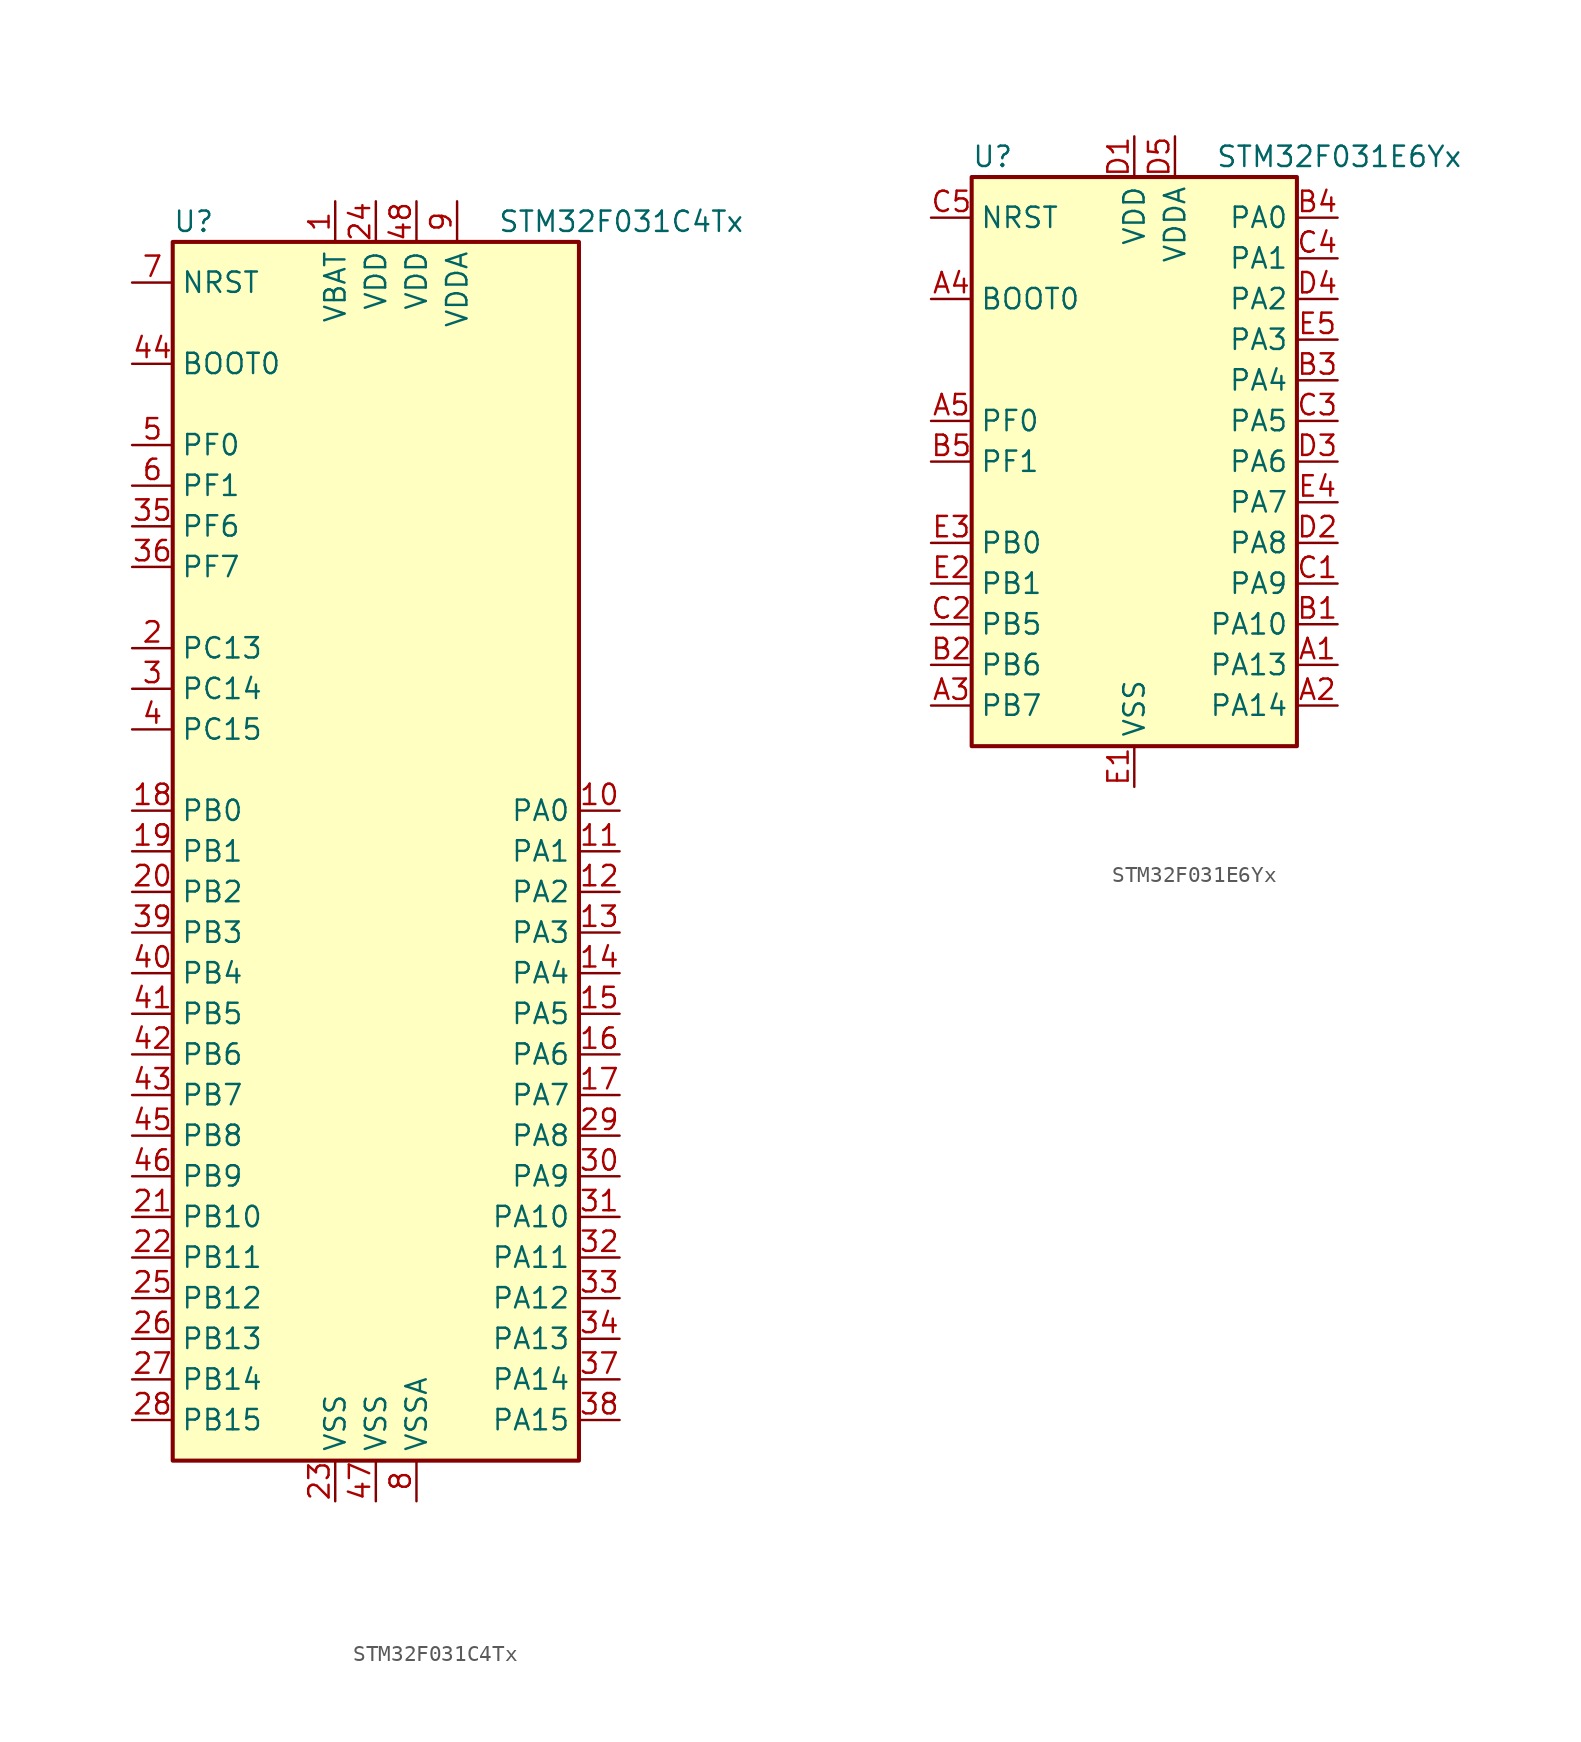
<source format=kicad_sym>
(kicad_symbol_lib
  (version 20201005)
  (generator kicad_symbol_editor)
  (symbol "MCU_ST_STM32F0:STM32F031C4Tx"
    (property "Reference" "U"
      (at -12.7 39.37 0)
      (effects (font (size 1.27 1.27)) (justify left)))
    (property "Value" "STM32F031C4Tx"
      (at 7.62 39.37 0)
      (effects (font (size 1.27 1.27)) (justify left)))
    (symbol "STM32F031C4Tx_0_1"
      (rectangle (start -12.7 -38.1) (end 12.7 38.1) (stroke (width 0.254)) (fill (type background))))
    (symbol "STM32F031C4Tx_1_1"
      (pin power_in line (at -2.54 40.64 270) (length 2.54) (name "VBAT" (effects (font (size 1.27 1.27)))) (number "1" (effects (font (size 1.27 1.27)))))
      (pin bidirectional line (at 15.24 2.54 180) (length 2.54) (name "PA0" (effects (font (size 1.27 1.27)))) (number "10" (effects (font (size 1.27 1.27)))))
      (pin bidirectional line (at 15.24 0 180) (length 2.54) (name "PA1" (effects (font (size 1.27 1.27)))) (number "11" (effects (font (size 1.27 1.27)))))
      (pin bidirectional line (at 15.24 -2.54 180) (length 2.54) (name "PA2" (effects (font (size 1.27 1.27)))) (number "12" (effects (font (size 1.27 1.27)))))
      (pin bidirectional line (at 15.24 -5.08 180) (length 2.54) (name "PA3" (effects (font (size 1.27 1.27)))) (number "13" (effects (font (size 1.27 1.27)))))
      (pin bidirectional line (at 15.24 -7.62 180) (length 2.54) (name "PA4" (effects (font (size 1.27 1.27)))) (number "14" (effects (font (size 1.27 1.27)))))
      (pin bidirectional line (at 15.24 -10.16 180) (length 2.54) (name "PA5" (effects (font (size 1.27 1.27)))) (number "15" (effects (font (size 1.27 1.27)))))
      (pin bidirectional line (at 15.24 -12.7 180) (length 2.54) (name "PA6" (effects (font (size 1.27 1.27)))) (number "16" (effects (font (size 1.27 1.27)))))
      (pin bidirectional line (at 15.24 -15.24 180) (length 2.54) (name "PA7" (effects (font (size 1.27 1.27)))) (number "17" (effects (font (size 1.27 1.27)))))
      (pin bidirectional line (at -15.24 2.54 0) (length 2.54) (name "PB0" (effects (font (size 1.27 1.27)))) (number "18" (effects (font (size 1.27 1.27)))))
      (pin bidirectional line (at -15.24 0 0) (length 2.54) (name "PB1" (effects (font (size 1.27 1.27)))) (number "19" (effects (font (size 1.27 1.27)))))
      (pin bidirectional line (at -15.24 12.7 0) (length 2.54) (name "PC13" (effects (font (size 1.27 1.27)))) (number "2" (effects (font (size 1.27 1.27)))))
      (pin bidirectional line (at -15.24 -2.54 0) (length 2.54) (name "PB2" (effects (font (size 1.27 1.27)))) (number "20" (effects (font (size 1.27 1.27)))))
      (pin bidirectional line (at -15.24 -22.86 0) (length 2.54) (name "PB10" (effects (font (size 1.27 1.27)))) (number "21" (effects (font (size 1.27 1.27)))))
      (pin bidirectional line (at -15.24 -25.4 0) (length 2.54) (name "PB11" (effects (font (size 1.27 1.27)))) (number "22" (effects (font (size 1.27 1.27)))))
      (pin power_in line (at -2.54 -40.64 90) (length 2.54) (name "VSS" (effects (font (size 1.27 1.27)))) (number "23" (effects (font (size 1.27 1.27)))))
      (pin power_in line (at 0 40.64 270) (length 2.54) (name "VDD" (effects (font (size 1.27 1.27)))) (number "24" (effects (font (size 1.27 1.27)))))
      (pin bidirectional line (at -15.24 -27.94 0) (length 2.54) (name "PB12" (effects (font (size 1.27 1.27)))) (number "25" (effects (font (size 1.27 1.27)))))
      (pin bidirectional line (at -15.24 -30.48 0) (length 2.54) (name "PB13" (effects (font (size 1.27 1.27)))) (number "26" (effects (font (size 1.27 1.27)))))
      (pin bidirectional line (at -15.24 -33.02 0) (length 2.54) (name "PB14" (effects (font (size 1.27 1.27)))) (number "27" (effects (font (size 1.27 1.27)))))
      (pin bidirectional line (at -15.24 -35.56 0) (length 2.54) (name "PB15" (effects (font (size 1.27 1.27)))) (number "28" (effects (font (size 1.27 1.27)))))
      (pin bidirectional line (at 15.24 -17.78 180) (length 2.54) (name "PA8" (effects (font (size 1.27 1.27)))) (number "29" (effects (font (size 1.27 1.27)))))
      (pin bidirectional line (at -15.24 10.16 0) (length 2.54) (name "PC14" (effects (font (size 1.27 1.27)))) (number "3" (effects (font (size 1.27 1.27)))))
      (pin bidirectional line (at 15.24 -20.32 180) (length 2.54) (name "PA9" (effects (font (size 1.27 1.27)))) (number "30" (effects (font (size 1.27 1.27)))))
      (pin bidirectional line (at 15.24 -22.86 180) (length 2.54) (name "PA10" (effects (font (size 1.27 1.27)))) (number "31" (effects (font (size 1.27 1.27)))))
      (pin bidirectional line (at 15.24 -25.4 180) (length 2.54) (name "PA11" (effects (font (size 1.27 1.27)))) (number "32" (effects (font (size 1.27 1.27)))))
      (pin bidirectional line (at 15.24 -27.94 180) (length 2.54) (name "PA12" (effects (font (size 1.27 1.27)))) (number "33" (effects (font (size 1.27 1.27)))))
      (pin bidirectional line (at 15.24 -30.48 180) (length 2.54) (name "PA13" (effects (font (size 1.27 1.27)))) (number "34" (effects (font (size 1.27 1.27)))))
      (pin bidirectional line (at -15.24 20.32 0) (length 2.54) (name "PF6" (effects (font (size 1.27 1.27)))) (number "35" (effects (font (size 1.27 1.27)))))
      (pin bidirectional line (at -15.24 17.78 0) (length 2.54) (name "PF7" (effects (font (size 1.27 1.27)))) (number "36" (effects (font (size 1.27 1.27)))))
      (pin bidirectional line (at 15.24 -33.02 180) (length 2.54) (name "PA14" (effects (font (size 1.27 1.27)))) (number "37" (effects (font (size 1.27 1.27)))))
      (pin bidirectional line (at 15.24 -35.56 180) (length 2.54) (name "PA15" (effects (font (size 1.27 1.27)))) (number "38" (effects (font (size 1.27 1.27)))))
      (pin bidirectional line (at -15.24 -5.08 0) (length 2.54) (name "PB3" (effects (font (size 1.27 1.27)))) (number "39" (effects (font (size 1.27 1.27)))))
      (pin bidirectional line (at -15.24 7.62 0) (length 2.54) (name "PC15" (effects (font (size 1.27 1.27)))) (number "4" (effects (font (size 1.27 1.27)))))
      (pin bidirectional line (at -15.24 -7.62 0) (length 2.54) (name "PB4" (effects (font (size 1.27 1.27)))) (number "40" (effects (font (size 1.27 1.27)))))
      (pin bidirectional line (at -15.24 -10.16 0) (length 2.54) (name "PB5" (effects (font (size 1.27 1.27)))) (number "41" (effects (font (size 1.27 1.27)))))
      (pin bidirectional line (at -15.24 -12.7 0) (length 2.54) (name "PB6" (effects (font (size 1.27 1.27)))) (number "42" (effects (font (size 1.27 1.27)))))
      (pin bidirectional line (at -15.24 -15.24 0) (length 2.54) (name "PB7" (effects (font (size 1.27 1.27)))) (number "43" (effects (font (size 1.27 1.27)))))
      (pin input line (at -15.24 30.48 0) (length 2.54) (name "BOOT0" (effects (font (size 1.27 1.27)))) (number "44" (effects (font (size 1.27 1.27)))))
      (pin bidirectional line (at -15.24 -17.78 0) (length 2.54) (name "PB8" (effects (font (size 1.27 1.27)))) (number "45" (effects (font (size 1.27 1.27)))))
      (pin bidirectional line (at -15.24 -20.32 0) (length 2.54) (name "PB9" (effects (font (size 1.27 1.27)))) (number "46" (effects (font (size 1.27 1.27)))))
      (pin power_in line (at 0 -40.64 90) (length 2.54) (name "VSS" (effects (font (size 1.27 1.27)))) (number "47" (effects (font (size 1.27 1.27)))))
      (pin power_in line (at 2.54 40.64 270) (length 2.54) (name "VDD" (effects (font (size 1.27 1.27)))) (number "48" (effects (font (size 1.27 1.27)))))
      (pin input line (at -15.24 25.4 0) (length 2.54) (name "PF0" (effects (font (size 1.27 1.27)))) (number "5" (effects (font (size 1.27 1.27)))))
      (pin input line (at -15.24 22.86 0) (length 2.54) (name "PF1" (effects (font (size 1.27 1.27)))) (number "6" (effects (font (size 1.27 1.27)))))
      (pin input line (at -15.24 35.56 0) (length 2.54) (name "NRST" (effects (font (size 1.27 1.27)))) (number "7" (effects (font (size 1.27 1.27)))))
      (pin power_in line (at 2.54 -40.64 90) (length 2.54) (name "VSSA" (effects (font (size 1.27 1.27)))) (number "8" (effects (font (size 1.27 1.27)))))
      (pin power_in line (at 5.08 40.64 270) (length 2.54) (name "VDDA" (effects (font (size 1.27 1.27)))) (number "9" (effects (font (size 1.27 1.27)))))))
  (symbol "MCU_ST_STM32F0:STM32F031E6Yx"
    (property "Reference" "U"
      (at -10.16 19.05 0)
      (effects (font (size 1.27 1.27)) (justify left)))
    (property "Value" "STM32F031E6Yx"
      (at 5.08 19.05 0)
      (effects (font (size 1.27 1.27)) (justify left)))
    (symbol "STM32F031E6Yx_0_1"
      (rectangle (start -10.16 -17.78) (end 10.16 17.78) (stroke (width 0.254)) (fill (type background))))
    (symbol "STM32F031E6Yx_1_1"
      (pin bidirectional line (at 12.7 -12.7 180) (length 2.54) (name "PA13" (effects (font (size 1.27 1.27)))) (number "A1" (effects (font (size 1.27 1.27)))))
      (pin bidirectional line (at 12.7 -15.24 180) (length 2.54) (name "PA14" (effects (font (size 1.27 1.27)))) (number "A2" (effects (font (size 1.27 1.27)))))
      (pin bidirectional line (at -12.7 -15.24 0) (length 2.54) (name "PB7" (effects (font (size 1.27 1.27)))) (number "A3" (effects (font (size 1.27 1.27)))))
      (pin input line (at -12.7 10.16 0) (length 2.54) (name "BOOT0" (effects (font (size 1.27 1.27)))) (number "A4" (effects (font (size 1.27 1.27)))))
      (pin input line (at -12.7 2.54 0) (length 2.54) (name "PF0" (effects (font (size 1.27 1.27)))) (number "A5" (effects (font (size 1.27 1.27)))))
      (pin bidirectional line (at 12.7 -10.16 180) (length 2.54) (name "PA10" (effects (font (size 1.27 1.27)))) (number "B1" (effects (font (size 1.27 1.27)))))
      (pin bidirectional line (at -12.7 -12.7 0) (length 2.54) (name "PB6" (effects (font (size 1.27 1.27)))) (number "B2" (effects (font (size 1.27 1.27)))))
      (pin bidirectional line (at 12.7 5.08 180) (length 2.54) (name "PA4" (effects (font (size 1.27 1.27)))) (number "B3" (effects (font (size 1.27 1.27)))))
      (pin bidirectional line (at 12.7 15.24 180) (length 2.54) (name "PA0" (effects (font (size 1.27 1.27)))) (number "B4" (effects (font (size 1.27 1.27)))))
      (pin input line (at -12.7 0 0) (length 2.54) (name "PF1" (effects (font (size 1.27 1.27)))) (number "B5" (effects (font (size 1.27 1.27)))))
      (pin bidirectional line (at 12.7 -7.62 180) (length 2.54) (name "PA9" (effects (font (size 1.27 1.27)))) (number "C1" (effects (font (size 1.27 1.27)))))
      (pin bidirectional line (at -12.7 -10.16 0) (length 2.54) (name "PB5" (effects (font (size 1.27 1.27)))) (number "C2" (effects (font (size 1.27 1.27)))))
      (pin bidirectional line (at 12.7 2.54 180) (length 2.54) (name "PA5" (effects (font (size 1.27 1.27)))) (number "C3" (effects (font (size 1.27 1.27)))))
      (pin bidirectional line (at 12.7 12.7 180) (length 2.54) (name "PA1" (effects (font (size 1.27 1.27)))) (number "C4" (effects (font (size 1.27 1.27)))))
      (pin input line (at -12.7 15.24 0) (length 2.54) (name "NRST" (effects (font (size 1.27 1.27)))) (number "C5" (effects (font (size 1.27 1.27)))))
      (pin power_in line (at 0 20.32 270) (length 2.54) (name "VDD" (effects (font (size 1.27 1.27)))) (number "D1" (effects (font (size 1.27 1.27)))))
      (pin bidirectional line (at 12.7 -5.08 180) (length 2.54) (name "PA8" (effects (font (size 1.27 1.27)))) (number "D2" (effects (font (size 1.27 1.27)))))
      (pin bidirectional line (at 12.7 0 180) (length 2.54) (name "PA6" (effects (font (size 1.27 1.27)))) (number "D3" (effects (font (size 1.27 1.27)))))
      (pin bidirectional line (at 12.7 10.16 180) (length 2.54) (name "PA2" (effects (font (size 1.27 1.27)))) (number "D4" (effects (font (size 1.27 1.27)))))
      (pin power_in line (at 2.54 20.32 270) (length 2.54) (name "VDDA" (effects (font (size 1.27 1.27)))) (number "D5" (effects (font (size 1.27 1.27)))))
      (pin power_in line (at 0 -20.32 90) (length 2.54) (name "VSS" (effects (font (size 1.27 1.27)))) (number "E1" (effects (font (size 1.27 1.27)))))
      (pin bidirectional line (at -12.7 -7.62 0) (length 2.54) (name "PB1" (effects (font (size 1.27 1.27)))) (number "E2" (effects (font (size 1.27 1.27)))))
      (pin bidirectional line (at -12.7 -5.08 0) (length 2.54) (name "PB0" (effects (font (size 1.27 1.27)))) (number "E3" (effects (font (size 1.27 1.27)))))
      (pin bidirectional line (at 12.7 -2.54 180) (length 2.54) (name "PA7" (effects (font (size 1.27 1.27)))) (number "E4" (effects (font (size 1.27 1.27)))))
      (pin bidirectional line (at 12.7 7.62 180) (length 2.54) (name "PA3" (effects (font (size 1.27 1.27)))) (number "E5" (effects (font (size 1.27 1.27))))))))
</source>
